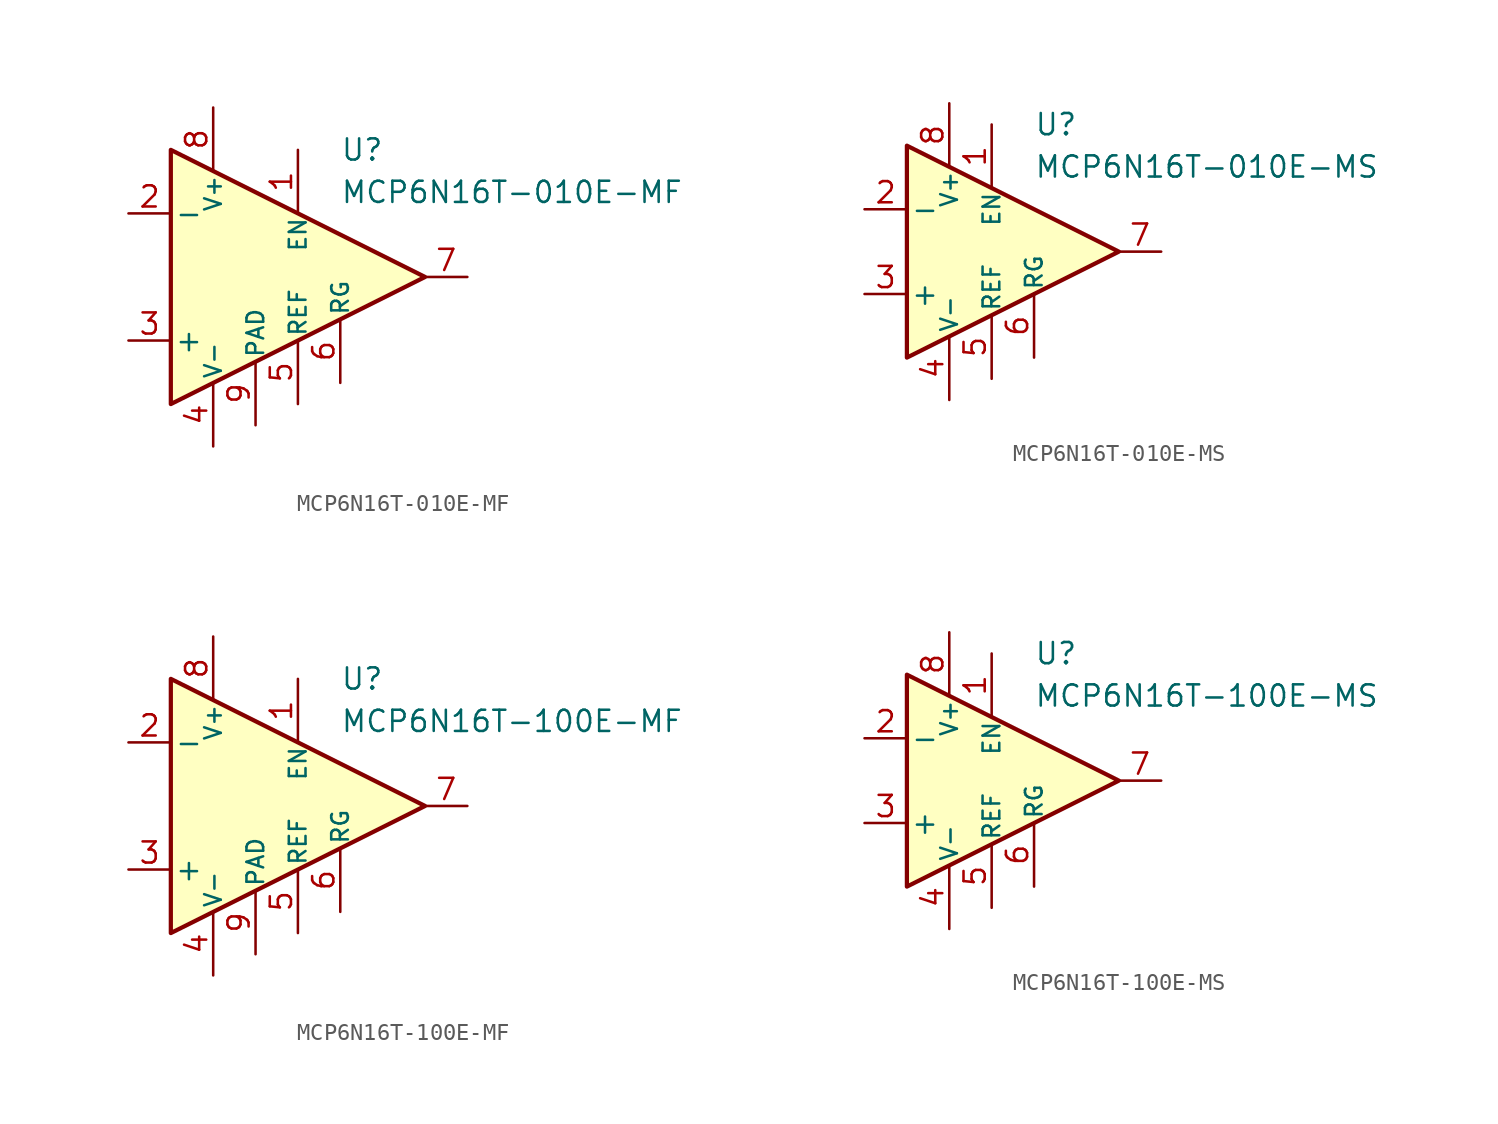
<source format=kicad_sym>
(kicad_symbol_lib
  (version 20211014)
  (generator kicad_symbol_editor)
  (symbol "MCP6N16T-010E-MF"
    (pin_names
      (offset 0.2))
    (property "Reference" "U"
      (at 3.81 7.62 0)
      (effects (font (size 1.27 1.27)) (justify left)))
    (property "Value" "MCP6N16T-010E-MF"
      (at 3.81 5.08 0)
      (effects (font (size 1.27 1.27)) (justify left)))
    (symbol "MCP6N16T-010E-MF_0_1"
      (polyline (pts (xy -6.35 7.62) (xy -6.35 -7.62) (xy 8.89 0) (xy -6.35 7.62)) (stroke (width 0.254) (type default) (color 0 0 0 0)) (fill (type background))))
    (symbol "MCP6N16T-010E-MF_1_1"
      (pin input line (at 1.27 7.62 270) (length 3.81) (name "EN" (effects (font (size 1 1)))) (number "1" (effects (font (size 1.27 1.27)))))
      (pin input line (at -8.89 3.81 0) (length 2.54) (name "-" (effects (font (size 1.27 1.27)))) (number "2" (effects (font (size 1.27 1.27)))))
      (pin input line (at -8.89 -3.81 0) (length 2.54) (name "+" (effects (font (size 1.27 1.27)))) (number "3" (effects (font (size 1.27 1.27)))))
      (pin power_in line (at -3.81 -10.16 90) (length 3.81) (name "V-" (effects (font (size 1 1)))) (number "4" (effects (font (size 1.27 1.27)))))
      (pin input line (at 1.27 -7.62 90) (length 3.81) (name "REF" (effects (font (size 1 1)))) (number "5" (effects (font (size 1.27 1.27)))))
      (pin passive line (at 3.81 -6.35 90) (length 3.81) (name "RG" (effects (font (size 1 1)))) (number "6" (effects (font (size 1.27 1.27)))))
      (pin output line (at 11.43 0 180) (length 2.54) (name "~" (effects (font (size 1.27 1.27)))) (number "7" (effects (font (size 1.27 1.27)))))
      (pin power_in line (at -3.81 10.16 270) (length 3.81) (name "V+" (effects (font (size 1 1)))) (number "8" (effects (font (size 1.27 1.27)))))
      (pin power_in line (at -1.27 -8.89 90) (length 3.81) (name "PAD" (effects (font (size 1 1)))) (number "9" (effects (font (size 1.27 1.27)))))))
  (symbol "MCP6N16T-010E-MS"
    (pin_names
      (offset 0.2))
    (property "Reference" "U"
      (at 3.81 7.62 0)
      (effects (font (size 1.27 1.27)) (justify left)))
    (property "Value" "MCP6N16T-010E-MS"
      (at 3.81 5.08 0)
      (effects (font (size 1.27 1.27)) (justify left)))
    (symbol "MCP6N16T-010E-MS_0_1"
      (polyline (pts (xy -3.81 6.35) (xy -3.81 -6.35) (xy 8.89 0) (xy -3.81 6.35)) (stroke (width 0.254) (type default) (color 0 0 0 0)) (fill (type background))))
    (symbol "MCP6N16T-010E-MS_1_1"
      (pin input line (at 1.27 7.62 270) (length 3.81) (name "EN" (effects (font (size 1 1)))) (number "1" (effects (font (size 1.27 1.27)))))
      (pin input line (at -6.35 2.54 0) (length 2.54) (name "-" (effects (font (size 1.27 1.27)))) (number "2" (effects (font (size 1.27 1.27)))))
      (pin input line (at -6.35 -2.54 0) (length 2.54) (name "+" (effects (font (size 1.27 1.27)))) (number "3" (effects (font (size 1.27 1.27)))))
      (pin power_in line (at -1.27 -8.89 90) (length 3.81) (name "V-" (effects (font (size 1 1)))) (number "4" (effects (font (size 1.27 1.27)))))
      (pin input line (at 1.27 -7.62 90) (length 3.81) (name "REF" (effects (font (size 1 1)))) (number "5" (effects (font (size 1.27 1.27)))))
      (pin passive line (at 3.81 -6.35 90) (length 3.81) (name "RG" (effects (font (size 1 1)))) (number "6" (effects (font (size 1.27 1.27)))))
      (pin output line (at 11.43 0 180) (length 2.54) (name "~" (effects (font (size 1.27 1.27)))) (number "7" (effects (font (size 1.27 1.27)))))
      (pin power_in line (at -1.27 8.89 270) (length 3.81) (name "V+" (effects (font (size 1 1)))) (number "8" (effects (font (size 1.27 1.27)))))))
  (symbol "MCP6N16T-100E-MF"
    (pin_names
      (offset 0.2))
    (property "Reference" "U"
      (at 3.81 7.62 0)
      (effects (font (size 1.27 1.27)) (justify left)))
    (property "Value" "MCP6N16T-100E-MF"
      (at 3.81 5.08 0)
      (effects (font (size 1.27 1.27)) (justify left)))
    (symbol "MCP6N16T-100E-MF_0_1"
      (polyline (pts (xy -6.35 7.62) (xy -6.35 -7.62) (xy 8.89 0) (xy -6.35 7.62)) (stroke (width 0.254) (type default) (color 0 0 0 0)) (fill (type background))))
    (symbol "MCP6N16T-100E-MF_1_1"
      (pin input line (at 1.27 7.62 270) (length 3.81) (name "EN" (effects (font (size 1 1)))) (number "1" (effects (font (size 1.27 1.27)))))
      (pin input line (at -8.89 3.81 0) (length 2.54) (name "-" (effects (font (size 1.27 1.27)))) (number "2" (effects (font (size 1.27 1.27)))))
      (pin input line (at -8.89 -3.81 0) (length 2.54) (name "+" (effects (font (size 1.27 1.27)))) (number "3" (effects (font (size 1.27 1.27)))))
      (pin power_in line (at -3.81 -10.16 90) (length 3.81) (name "V-" (effects (font (size 1 1)))) (number "4" (effects (font (size 1.27 1.27)))))
      (pin input line (at 1.27 -7.62 90) (length 3.81) (name "REF" (effects (font (size 1 1)))) (number "5" (effects (font (size 1.27 1.27)))))
      (pin passive line (at 3.81 -6.35 90) (length 3.81) (name "RG" (effects (font (size 1 1)))) (number "6" (effects (font (size 1.27 1.27)))))
      (pin output line (at 11.43 0 180) (length 2.54) (name "~" (effects (font (size 1.27 1.27)))) (number "7" (effects (font (size 1.27 1.27)))))
      (pin power_in line (at -3.81 10.16 270) (length 3.81) (name "V+" (effects (font (size 1 1)))) (number "8" (effects (font (size 1.27 1.27)))))
      (pin power_in line (at -1.27 -8.89 90) (length 3.81) (name "PAD" (effects (font (size 1 1)))) (number "9" (effects (font (size 1.27 1.27)))))))
  (symbol "MCP6N16T-100E-MS"
    (pin_names
      (offset 0.2))
    (property "Reference" "U"
      (at 3.81 7.62 0)
      (effects (font (size 1.27 1.27)) (justify left)))
    (property "Value" "MCP6N16T-100E-MS"
      (at 3.81 5.08 0)
      (effects (font (size 1.27 1.27)) (justify left)))
    (symbol "MCP6N16T-100E-MS_0_1"
      (polyline (pts (xy -3.81 6.35) (xy -3.81 -6.35) (xy 8.89 0) (xy -3.81 6.35)) (stroke (width 0.254) (type default) (color 0 0 0 0)) (fill (type background))))
    (symbol "MCP6N16T-100E-MS_1_1"
      (pin input line (at 1.27 7.62 270) (length 3.81) (name "EN" (effects (font (size 1 1)))) (number "1" (effects (font (size 1.27 1.27)))))
      (pin input line (at -6.35 2.54 0) (length 2.54) (name "-" (effects (font (size 1.27 1.27)))) (number "2" (effects (font (size 1.27 1.27)))))
      (pin input line (at -6.35 -2.54 0) (length 2.54) (name "+" (effects (font (size 1.27 1.27)))) (number "3" (effects (font (size 1.27 1.27)))))
      (pin power_in line (at -1.27 -8.89 90) (length 3.81) (name "V-" (effects (font (size 1 1)))) (number "4" (effects (font (size 1.27 1.27)))))
      (pin input line (at 1.27 -7.62 90) (length 3.81) (name "REF" (effects (font (size 1 1)))) (number "5" (effects (font (size 1.27 1.27)))))
      (pin passive line (at 3.81 -6.35 90) (length 3.81) (name "RG" (effects (font (size 1 1)))) (number "6" (effects (font (size 1.27 1.27)))))
      (pin output line (at 11.43 0 180) (length 2.54) (name "~" (effects (font (size 1.27 1.27)))) (number "7" (effects (font (size 1.27 1.27)))))
      (pin power_in line (at -1.27 8.89 270) (length 3.81) (name "V+" (effects (font (size 1 1)))) (number "8" (effects (font (size 1.27 1.27))))))))
</source>
